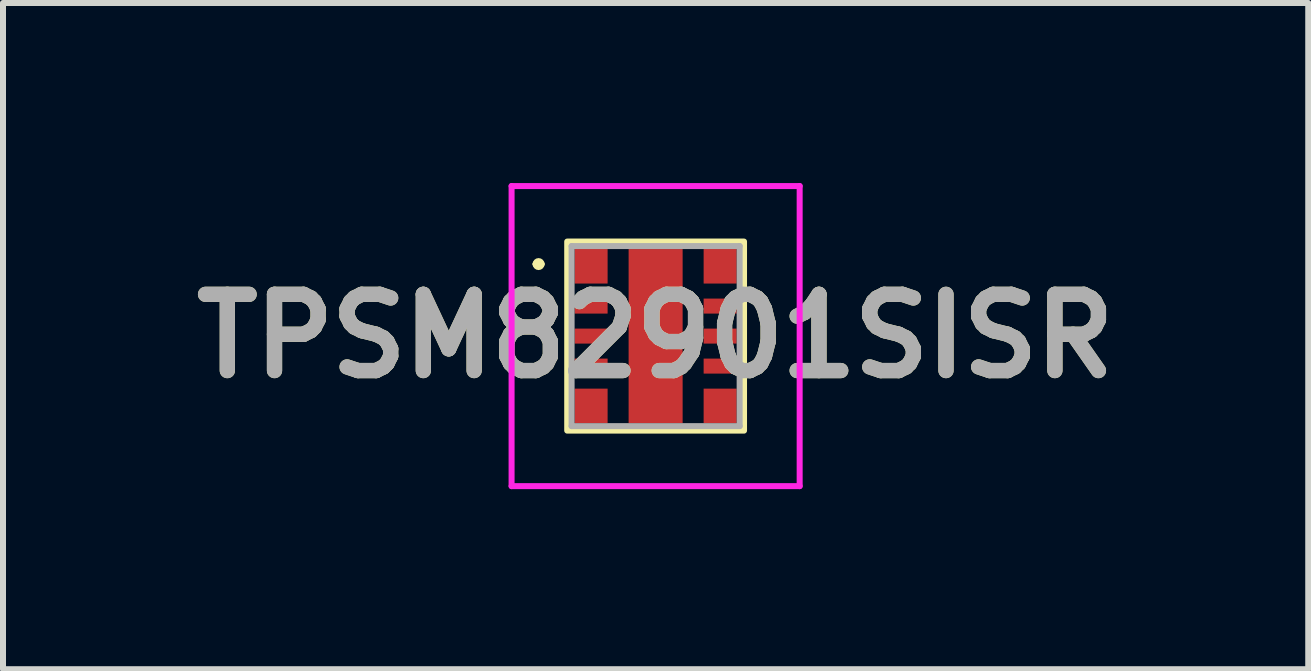
<source format=kicad_pcb>
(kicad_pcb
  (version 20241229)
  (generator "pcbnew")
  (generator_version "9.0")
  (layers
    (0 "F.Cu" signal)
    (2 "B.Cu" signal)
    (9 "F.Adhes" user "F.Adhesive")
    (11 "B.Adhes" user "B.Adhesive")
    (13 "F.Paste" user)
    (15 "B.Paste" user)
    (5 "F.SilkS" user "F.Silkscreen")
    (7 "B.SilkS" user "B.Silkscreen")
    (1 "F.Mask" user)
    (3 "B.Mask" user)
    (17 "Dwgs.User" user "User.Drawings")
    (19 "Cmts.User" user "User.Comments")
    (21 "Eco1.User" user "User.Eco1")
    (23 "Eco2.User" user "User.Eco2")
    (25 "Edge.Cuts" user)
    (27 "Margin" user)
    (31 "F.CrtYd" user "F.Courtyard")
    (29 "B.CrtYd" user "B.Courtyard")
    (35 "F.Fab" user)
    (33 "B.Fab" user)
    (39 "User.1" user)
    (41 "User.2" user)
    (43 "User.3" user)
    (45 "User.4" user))
  (footprint "TPSM82901SISR"
    (layer "F.Cu")
    (at 7.874 2.55)
    (property "Reference" "TPSM82901SISR" (at 0 0 0) (layer "F.SilkS") (effects (font (size 1.27 1.27) (thickness 0.254))))
    (attr smd)
    (fp_line (start -2 -1.2) (end -2 -1.2) (stroke (width 0.1) (type solid)) (layer "F.SilkS"))
    (fp_line (start -1.9 -1.2) (end -1.9 -1.2) (stroke (width 0.1) (type solid)) (layer "F.SilkS"))
    (fp_rect (start 1.473 1.575) (end -1.473 -1.575) (stroke (width 0.1) (type default)) (fill no) (layer "F.SilkS"))
    (fp_arc (start -2 -1.2) (mid -1.95 -1.25) (end -1.9 -1.2) (stroke (width 0.1) (type solid)) (layer "F.SilkS"))
    (fp_arc (start -1.9 -1.2) (mid -1.95 -1.15) (end -2 -1.2) (stroke (width 0.1) (type solid)) (layer "F.SilkS"))
    (fp_line (start -2.4 -2.5) (end 2.4 -2.5) (stroke (width 0.1) (type solid)) (layer "F.CrtYd"))
    (fp_line (start -2.4 2.5) (end -2.4 -2.5) (stroke (width 0.1) (type solid)) (layer "F.CrtYd"))
    (fp_line (start 2.4 -2.5) (end 2.4 2.5) (stroke (width 0.1) (type solid)) (layer "F.CrtYd"))
    (fp_line (start 2.4 2.5) (end -2.4 2.5) (stroke (width 0.1) (type solid)) (layer "F.CrtYd"))
    (fp_line (start -1.4 -1.5) (end -1.4 1.5) (stroke (width 0.1) (type solid)) (layer "F.Fab"))
    (fp_line (start -1.4 1.5) (end 1.4 1.5) (stroke (width 0.1) (type solid)) (layer "F.Fab"))
    (fp_line (start 1.4 -1.5) (end -1.4 -1.5) (stroke (width 0.1) (type solid)) (layer "F.Fab"))
    (fp_line (start 1.4 1.5) (end 1.4 -1.5) (stroke (width 0.1) (type solid)) (layer "F.Fab"))
    (fp_text user "${REFERENCE}" (at 0 0 0) (layer "F.Fab") (effects (font (size 1.27 1.27) (thickness 0.254))))
    (pad "1" smd rect (at -1.075 -1.163) (size 0.55 0.575) (layers "F.Cu" "F.Mask" "F.Paste"))
    (pad "2" smd rect (at -1.075 -0.5 90) (size 0.25 0.55) (layers "F.Cu" "F.Mask" "F.Paste"))
    (pad "3" smd rect (at -1.075 0 90) (size 0.25 0.55) (layers "F.Cu" "F.Mask" "F.Paste"))
    (pad "4" smd rect (at -1.075 0.5 90) (size 0.25 0.55) (layers "F.Cu" "F.Mask" "F.Paste"))
    (pad "5" smd rect (at -1.075 1.163) (size 0.55 0.575) (layers "F.Cu" "F.Mask" "F.Paste"))
    (pad "6" smd rect (at 1.075 1.163) (size 0.55 0.575) (layers "F.Cu" "F.Mask" "F.Paste"))
    (pad "7" smd rect (at 1.075 0.5 90) (size 0.25 0.55) (layers "F.Cu" "F.Mask" "F.Paste"))
    (pad "8" smd rect (at 1.075 0 90) (size 0.25 0.55) (layers "F.Cu" "F.Mask" "F.Paste"))
    (pad "9" smd rect (at 1.075 -0.5 90) (size 0.25 0.55) (layers "F.Cu" "F.Mask" "F.Paste"))
    (pad "10" smd rect (at 1.075 -1.163) (size 0.55 0.575) (layers "F.Cu" "F.Mask" "F.Paste"))
    (pad "11" smd rect (at 0 0) (size 0.9 2.9) (layers "F.Cu" "F.Mask" "F.Paste")))
  (gr_rect
    (start -3 -3)
    (end 18.748 8.1)
    (stroke (width 0.1) (type default))
    (fill no)
    (layer "Edge.Cuts")))
</source>
